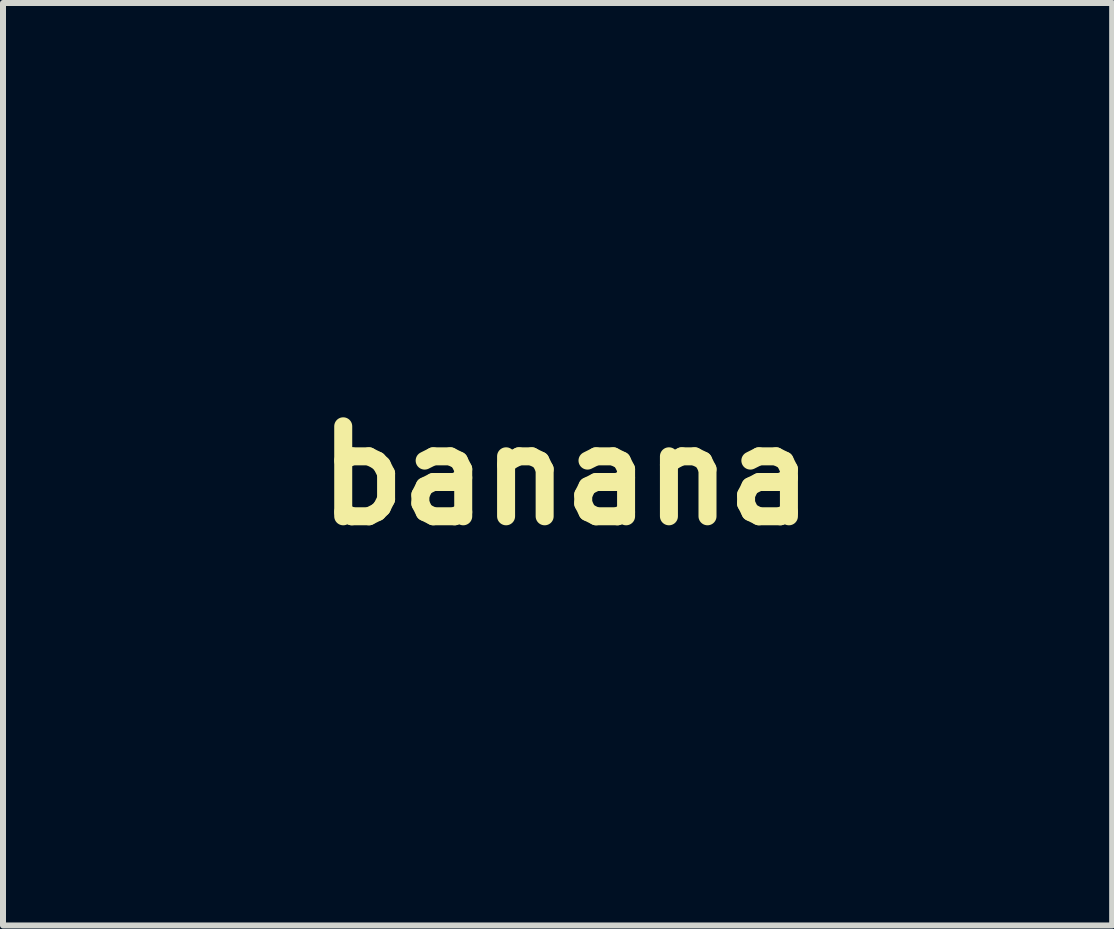
<source format=kicad_pcb>
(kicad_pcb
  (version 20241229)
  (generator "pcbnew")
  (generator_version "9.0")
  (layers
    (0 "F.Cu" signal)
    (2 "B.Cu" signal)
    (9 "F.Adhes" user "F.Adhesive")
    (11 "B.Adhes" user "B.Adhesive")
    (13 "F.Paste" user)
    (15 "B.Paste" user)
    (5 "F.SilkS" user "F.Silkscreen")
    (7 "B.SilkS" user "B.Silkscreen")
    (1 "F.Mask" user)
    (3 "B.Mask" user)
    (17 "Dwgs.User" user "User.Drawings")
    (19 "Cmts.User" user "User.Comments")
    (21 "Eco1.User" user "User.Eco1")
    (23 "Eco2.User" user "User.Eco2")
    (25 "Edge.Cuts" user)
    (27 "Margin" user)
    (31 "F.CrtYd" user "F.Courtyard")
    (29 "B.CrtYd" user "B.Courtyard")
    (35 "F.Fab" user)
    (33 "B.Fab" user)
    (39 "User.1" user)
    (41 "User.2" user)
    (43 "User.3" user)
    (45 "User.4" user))
  (footprint "banana"
    (layer "F.Cu")
    (at 6.385 4.877)
    (property "Reference" "banana" (at 0 0 0) (layer "F.SilkS") (effects (font (size 1.5 1.5) (thickness 0.3))))
    (attr board_only exclude_from_pos_files exclude_from_bom)
    (fp_poly (pts (xy 5.457 -4.872) (xy 5.545 -4.856) (xy 5.618 -4.833) (xy 5.687 -4.799) (xy 5.757 -4.751) (xy 5.831 -4.688) (xy 5.872 -4.648) (xy 5.944 -4.571) (xy 6.003 -4.493) (xy 6.05 -4.417) (xy 6.083 -4.346) (xy 6.1 -4.281) (xy 6.103 -4.251) (xy 6.101 -4.224) (xy 6.095 -4.182) (xy 6.088 -4.132) (xy 6.078 -4.078) (xy 6.077 -4.075) (xy 6.066 -4.016) (xy 6.053 -3.945) (xy 6.038 -3.869) (xy 6.025 -3.797) (xy 6.021 -3.778) (xy 6.008 -3.705) (xy 5.992 -3.622) (xy 5.976 -3.538) (xy 5.962 -3.464) (xy 5.96 -3.452) (xy 5.951 -3.402) (xy 5.938 -3.337) (xy 5.924 -3.258) (xy 5.908 -3.171) (xy 5.891 -3.079) (xy 5.873 -2.986) (xy 5.863 -2.929) (xy 5.846 -2.836) (xy 5.828 -2.741) (xy 5.81 -2.648) (xy 5.794 -2.561) (xy 5.779 -2.484) (xy 5.767 -2.42) (xy 5.762 -2.391) (xy 5.727 -2.215) (xy 5.746 -2.118) (xy 5.761 -2.037) (xy 5.776 -1.943) (xy 5.792 -1.834) (xy 5.808 -1.706) (xy 5.808 -1.704) (xy 5.813 -1.657) (xy 5.816 -1.594) (xy 5.819 -1.517) (xy 5.82 -1.43) (xy 5.822 -1.337) (xy 5.822 -1.24) (xy 5.821 -1.145) (xy 5.82 -1.054) (xy 5.818 -0.971) (xy 5.815 -0.899) (xy 5.811 -0.841) (xy 5.809 -0.816) (xy 5.771 -0.549) (xy 5.725 -0.297) (xy 5.67 -0.058) (xy 5.604 0.174) (xy 5.526 0.401) (xy 5.436 0.626) (xy 5.333 0.855) (xy 5.286 0.949) (xy 5.126 1.246) (xy 4.948 1.534) (xy 4.754 1.811) (xy 4.543 2.078) (xy 4.316 2.333) (xy 4.075 2.577) (xy 3.819 2.809) (xy 3.55 3.028) (xy 3.268 3.234) (xy 2.974 3.426) (xy 2.668 3.605) (xy 2.351 3.768) (xy 2.024 3.917) (xy 1.688 4.05) (xy 1.342 4.168) (xy 0.988 4.269) (xy 0.627 4.352) (xy 0.603 4.357) (xy 0.444 4.388) (xy 0.29 4.414) (xy 0.135 4.435) (xy -0.025 4.454) (xy -0.194 4.469) (xy -0.379 4.483) (xy -0.413 4.485) (xy -0.571 4.493) (xy -0.715 4.497) (xy -0.855 4.498) (xy -0.998 4.494) (xy -1.15 4.486) (xy -1.179 4.484) (xy -1.528 4.455) (xy -1.865 4.41) (xy -2.19 4.351) (xy -2.506 4.276) (xy -2.814 4.185) (xy -3.117 4.077) (xy -3.415 3.953) (xy -3.597 3.868) (xy -3.892 3.715) (xy -4.173 3.548) (xy -4.44 3.369) (xy -4.691 3.176) (xy -4.927 2.972) (xy -5.148 2.755) (xy -5.352 2.528) (xy -5.541 2.289) (xy -5.712 2.04) (xy -5.867 1.78) (xy -6.004 1.511) (xy -6.124 1.233) (xy -6.226 0.945) (xy -6.309 0.65) (xy -6.311 0.642) (xy -6.326 0.574) (xy -6.342 0.5) (xy -6.357 0.427) (xy -6.368 0.364) (xy -6.368 0.361) (xy -6.377 0.304) (xy -6.383 0.26) (xy -6.384 0.231) (xy -5.985 0.231) (xy -5.985 0.237) (xy -5.981 0.276) (xy -5.973 0.331) (xy -5.961 0.398) (xy -5.944 0.475) (xy -5.925 0.557) (xy -5.904 0.641) (xy -5.887 0.704) (xy -5.799 0.98) (xy -5.692 1.248) (xy -5.567 1.507) (xy -5.425 1.758) (xy -5.264 1.999) (xy -5.087 2.23) (xy -4.893 2.45) (xy -4.683 2.66) (xy -4.457 2.859) (xy -4.215 3.045) (xy -3.958 3.22) (xy -3.793 3.32) (xy -3.505 3.477) (xy -3.206 3.617) (xy -2.897 3.739) (xy -2.577 3.844) (xy -2.248 3.932) (xy -1.908 4.002) (xy -1.559 4.054) (xy -1.201 4.089) (xy -1.082 4.096) (xy -1.035 4.098) (xy -0.972 4.099) (xy -0.895 4.099) (xy -0.809 4.098) (xy -0.717 4.096) (xy -0.622 4.094) (xy -0.528 4.092) (xy -0.439 4.089) (xy -0.357 4.086) (xy -0.288 4.082) (xy -0.234 4.079) (xy -0.219 4.077) (xy 0.152 4.033) (xy 0.512 3.973) (xy 0.863 3.895) (xy 1.206 3.8) (xy 1.541 3.687) (xy 1.871 3.556) (xy 2.197 3.406) (xy 2.276 3.367) (xy 2.582 3.202) (xy 2.876 3.023) (xy 3.157 2.83) (xy 3.425 2.625) (xy 3.679 2.408) (xy 3.919 2.179) (xy 4.143 1.94) (xy 4.352 1.691) (xy 4.544 1.432) (xy 4.719 1.164) (xy 4.877 0.888) (xy 5.016 0.605) (xy 5.112 0.378) (xy 5.196 0.148) (xy 5.266 -0.077) (xy 5.324 -0.305) (xy 5.37 -0.54) (xy 5.406 -0.787) (xy 5.41 -0.821) (xy 5.415 -0.872) (xy 5.418 -0.938) (xy 5.421 -1.018) (xy 5.423 -1.107) (xy 5.424 -1.202) (xy 5.424 -1.299) (xy 5.423 -1.395) (xy 5.421 -1.484) (xy 5.419 -1.565) (xy 5.415 -1.634) (xy 5.411 -1.685) (xy 5.41 -1.689) (xy 5.385 -1.868) (xy 5.352 -2.052) (xy 5.312 -2.235) (xy 5.267 -2.41) (xy 5.217 -2.572) (xy 5.216 -2.577) (xy 5.192 -2.642) (xy 5.17 -2.69) (xy 5.149 -2.723) (xy 5.125 -2.743) (xy 5.096 -2.753) (xy 5.066 -2.755) (xy 5.013 -2.748) (xy 4.972 -2.728) (xy 4.946 -2.696) (xy 4.936 -2.674) (xy 4.924 -2.639) (xy 4.91 -2.596) (xy 4.904 -2.577) (xy 4.856 -2.427) (xy 4.807 -2.286) (xy 4.754 -2.148) (xy 4.694 -2.008) (xy 4.626 -1.861) (xy 4.582 -1.771) (xy 4.442 -1.503) (xy 4.292 -1.25) (xy 4.131 -1.007) (xy 3.956 -0.773) (xy 3.765 -0.544) (xy 3.557 -0.319) (xy 3.422 -0.184) (xy 3.153 0.066) (xy 2.87 0.3) (xy 2.575 0.519) (xy 2.268 0.721) (xy 1.95 0.906) (xy 1.621 1.075) (xy 1.281 1.227) (xy 0.93 1.362) (xy 0.571 1.479) (xy 0.201 1.579) (xy 0.02 1.621) (xy -0.191 1.665) (xy -0.394 1.7) (xy -0.591 1.729) (xy -0.787 1.75) (xy -0.988 1.766) (xy -1.198 1.775) (xy -1.421 1.779) (xy -1.495 1.78) (xy -1.615 1.779) (xy -1.718 1.779) (xy -1.809 1.777) (xy -1.891 1.774) (xy -1.968 1.77) (xy -2.045 1.765) (xy -2.124 1.758) (xy -2.211 1.748) (xy -2.308 1.737) (xy -2.371 1.729) (xy -2.719 1.676) (xy -3.06 1.605) (xy -3.394 1.516) (xy -3.719 1.41) (xy -4.035 1.286) (xy -4.341 1.145) (xy -4.637 0.988) (xy -4.922 0.815) (xy -5.195 0.625) (xy -5.456 0.42) (xy -5.697 0.205) (xy -5.739 0.165) (xy -5.77 0.137) (xy -5.793 0.119) (xy -5.811 0.109) (xy -5.827 0.104) (xy -5.844 0.102) (xy -5.858 0.102) (xy -5.892 0.104) (xy -5.918 0.114) (xy -5.944 0.134) (xy -5.947 0.137) (xy -5.968 0.157) (xy -5.979 0.175) (xy -5.984 0.197) (xy -5.985 0.231) (xy -6.384 0.231) (xy -6.385 0.226) (xy -6.383 0.194) (xy -6.379 0.159) (xy -6.378 0.15) (xy -6.353 0.051) (xy -6.311 -0.037) (xy -6.251 -0.117) (xy -6.227 -0.142) (xy -6.147 -0.209) (xy -6.061 -0.256) (xy -5.968 -0.285) (xy -5.866 -0.296) (xy -5.853 -0.296) (xy -5.785 -0.293) (xy -5.724 -0.283) (xy -5.666 -0.265) (xy -5.609 -0.236) (xy -5.549 -0.197) (xy -5.483 -0.143) (xy -5.409 -0.076) (xy -5.407 -0.074) (xy -5.163 0.141) (xy -4.909 0.34) (xy -4.642 0.521) (xy -4.364 0.686) (xy -4.075 0.834) (xy -3.775 0.965) (xy -3.464 1.079) (xy -3.143 1.176) (xy -2.811 1.255) (xy -2.469 1.317) (xy -2.169 1.357) (xy -1.997 1.372) (xy -1.81 1.382) (xy -1.614 1.387) (xy -1.413 1.386) (xy -1.213 1.381) (xy -1.018 1.371) (xy -0.834 1.355) (xy -0.765 1.348) (xy -0.399 1.296) (xy -0.038 1.225) (xy 0.318 1.136) (xy 0.667 1.029) (xy 1.008 0.905) (xy 1.34 0.764) (xy 1.663 0.606) (xy 1.975 0.431) (xy 2.275 0.241) (xy 2.563 0.036) (xy 2.699 -0.07) (xy 2.953 -0.286) (xy 3.193 -0.513) (xy 3.417 -0.751) (xy 3.625 -0.998) (xy 3.816 -1.254) (xy 3.99 -1.518) (xy 4.147 -1.789) (xy 4.285 -2.067) (xy 4.404 -2.35) (xy 4.501 -2.628) (xy 4.527 -2.711) (xy 4.549 -2.778) (xy 4.569 -2.831) (xy 4.587 -2.873) (xy 4.605 -2.908) (xy 4.624 -2.937) (xy 4.646 -2.964) (xy 4.659 -2.979) (xy 4.674 -2.998) (xy 4.686 -3.018) (xy 4.695 -3.044) (xy 4.704 -3.081) (xy 4.714 -3.133) (xy 4.717 -3.147) (xy 5.121 -3.147) (xy 5.178 -3.134) (xy 5.262 -3.106) (xy 5.344 -3.062) (xy 5.409 -3.012) (xy 5.465 -2.962) (xy 5.482 -3.05) (xy 5.488 -3.079) (xy 5.496 -3.126) (xy 5.508 -3.188) (xy 5.522 -3.261) (xy 5.537 -3.344) (xy 5.554 -3.433) (xy 5.571 -3.526) (xy 5.577 -3.556) (xy 5.595 -3.652) (xy 5.612 -3.747) (xy 5.629 -3.838) (xy 5.645 -3.922) (xy 5.658 -3.995) (xy 5.669 -4.055) (xy 5.678 -4.099) (xy 5.679 -4.107) (xy 5.704 -4.239) (xy 5.667 -4.285) (xy 5.605 -4.358) (xy 5.549 -4.414) (xy 5.499 -4.454) (xy 5.456 -4.475) (xy 5.455 -4.475) (xy 5.379 -4.489) (xy 5.299 -4.486) (xy 5.261 -4.479) (xy 5.217 -4.468) (xy 5.21 -4.349) (xy 5.207 -4.294) (xy 5.203 -4.226) (xy 5.199 -4.153) (xy 5.195 -4.083) (xy 5.194 -4.067) (xy 5.191 -4.005) (xy 5.187 -3.929) (xy 5.182 -3.845) (xy 5.178 -3.76) (xy 5.174 -3.678) (xy 5.174 -3.669) (xy 5.168 -3.567) (xy 5.162 -3.48) (xy 5.155 -3.399) (xy 5.145 -3.319) (xy 5.133 -3.232) (xy 5.126 -3.183) (xy 5.121 -3.147) (xy 4.717 -3.147) (xy 4.725 -3.189) (xy 4.736 -3.246) (xy 4.746 -3.297) (xy 4.751 -3.323) (xy 4.756 -3.358) (xy 4.762 -3.408) (xy 4.768 -3.468) (xy 4.773 -3.534) (xy 4.776 -3.584) (xy 4.78 -3.66) (xy 4.785 -3.746) (xy 4.79 -3.831) (xy 4.794 -3.909) (xy 4.796 -3.939) (xy 4.799 -4.005) (xy 4.804 -4.084) (xy 4.808 -4.17) (xy 4.813 -4.255) (xy 4.817 -4.327) (xy 4.822 -4.417) (xy 4.827 -4.489) (xy 4.832 -4.546) (xy 4.838 -4.59) (xy 4.846 -4.625) (xy 4.855 -4.652) (xy 4.866 -4.675) (xy 4.878 -4.693) (xy 4.928 -4.746) (xy 4.994 -4.791) (xy 5.073 -4.827) (xy 5.162 -4.854) (xy 5.258 -4.871) (xy 5.357 -4.877)) (stroke (width 0) (type solid)) (fill yes) (layer "F.Mask")))
  (gr_rect
    (start -3 -3)
    (end 15.487 12.375)
    (stroke (width 0.1) (type default))
    (fill no)
    (layer "Edge.Cuts")))
</source>
